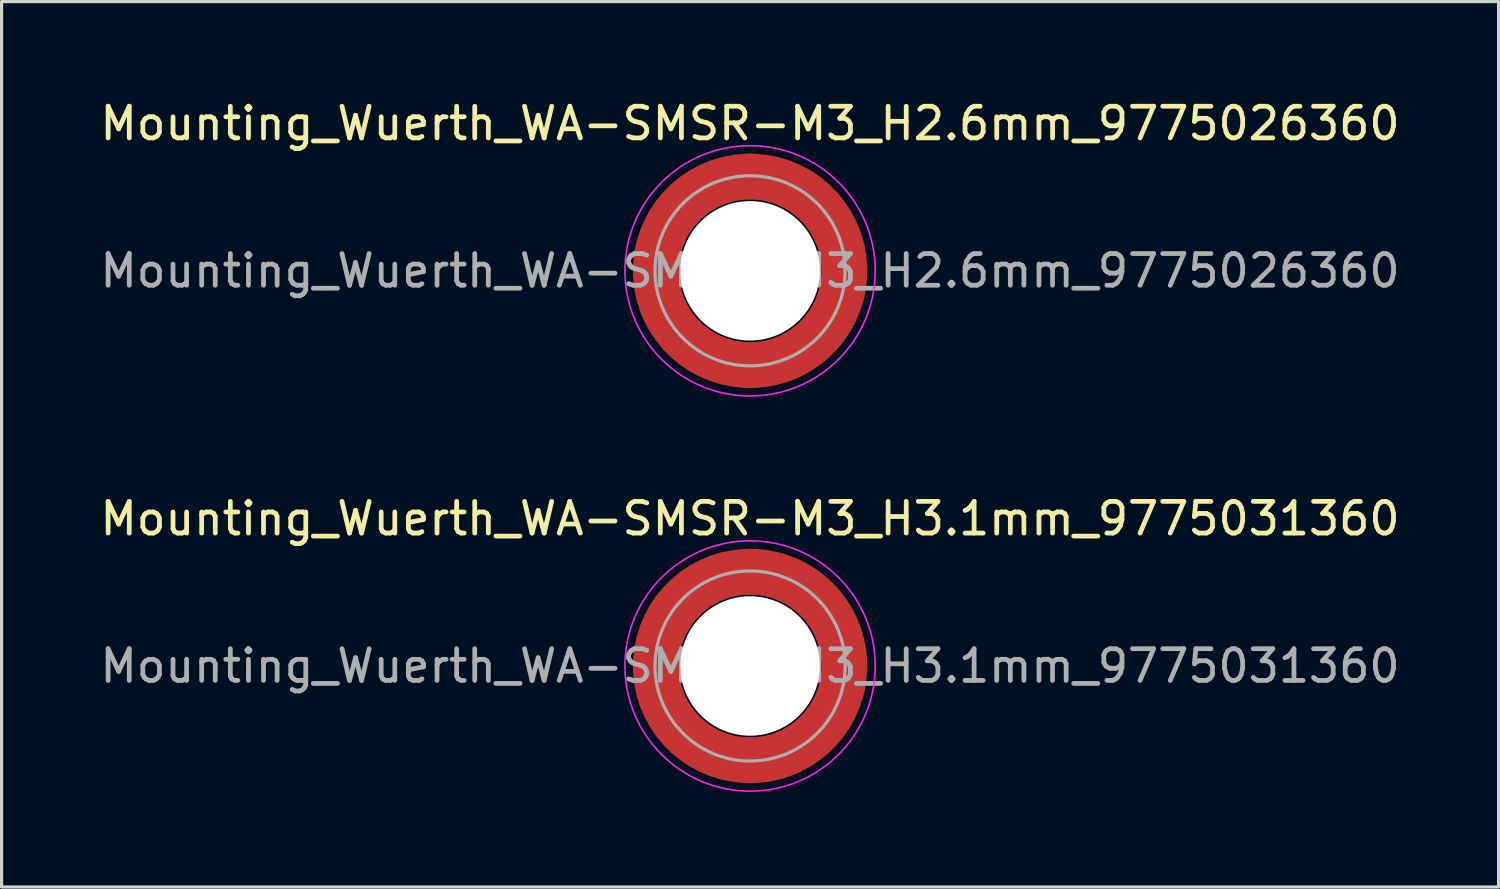
<source format=kicad_pcb>
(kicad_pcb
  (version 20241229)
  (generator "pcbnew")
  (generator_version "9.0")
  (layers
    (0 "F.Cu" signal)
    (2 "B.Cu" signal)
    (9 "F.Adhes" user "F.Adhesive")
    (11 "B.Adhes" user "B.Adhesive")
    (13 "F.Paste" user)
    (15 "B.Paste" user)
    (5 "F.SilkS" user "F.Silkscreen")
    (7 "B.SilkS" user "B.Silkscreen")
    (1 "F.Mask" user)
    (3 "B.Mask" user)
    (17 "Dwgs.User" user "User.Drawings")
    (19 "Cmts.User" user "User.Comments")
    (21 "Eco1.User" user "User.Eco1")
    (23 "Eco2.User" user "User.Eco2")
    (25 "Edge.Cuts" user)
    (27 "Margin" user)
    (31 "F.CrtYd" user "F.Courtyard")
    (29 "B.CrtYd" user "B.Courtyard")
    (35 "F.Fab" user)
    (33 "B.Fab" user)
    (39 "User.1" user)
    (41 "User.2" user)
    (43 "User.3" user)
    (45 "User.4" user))
  (footprint "Mounting_Wuerth_WA-SMSR-M3_H2.6mm_9775026360"
    (layer "F.Cu")
    (at 20.625 5.498)
    (property "Reference" "Mounting_Wuerth_WA-SMSR-M3_H2.6mm_9775026360" (at 0 -4.65 0) (layer "F.SilkS") (effects (font (size 1 1) (thickness 0.15))))
    (attr smd)
    (fp_circle (center 0 0) (end 3.95 0) (stroke (width 0.05) (type solid)) (fill no) (layer "F.CrtYd"))
    (fp_circle (center 0 0) (end 3 0) (stroke (width 0.1) (type solid)) (fill no) (layer "F.Fab"))
    (fp_text user "${REFERENCE}" (at 0 0 0) (layer "F.Fab") (effects (font (size 1 1) (thickness 0.15))))
    (pad "" smd custom (at -2.095 -2.095) (size 1.345 1.345) (layers "F.Paste") (options (anchor circle)) (primitives (gr_arc (start -0.24231 1.594804) (mid 0.404819 0.404819) (end 1.594804 -0.24231) (width 0.2)) (gr_arc (start -0.3398 1.594804) (mid 0.337349 0.337349) (end 1.594804 -0.3398) (width 0.2)) (gr_arc (start -0.437132 1.594804) (mid 0.269879 0.269879) (end 1.594804 -0.437132) (width 0.2)) (gr_arc (start -0.534324 1.594804) (mid 0.202409 0.202409) (end 1.594804 -0.534324) (width 0.2)) (gr_arc (start -0.631391 1.594804) (mid 0.134939 0.134939) (end 1.594804 -0.631391) (width 0.2)) (gr_arc (start -0.728345 1.594804) (mid 0.06747 0.06747) (end 1.594804 -0.728345) (width 0.2)) (gr_arc (start -0.825197 1.594804) (mid 0 0) (end 1.594804 -0.825197) (width 0.2)) (gr_arc (start -0.921958 1.594804) (mid -0.067469 -0.067469) (end 1.594804 -0.921958) (width 0.2)) (gr_arc (start -1.018637 1.594804) (mid -0.13494 -0.13494) (end 1.594804 -1.018637) (width 0.2)) (gr_arc (start -1.115239 1.594804) (mid -0.202409 -0.202409) (end 1.594804 -1.115239) (width 0.2)) (gr_arc (start -1.211773 1.594804) (mid -0.269879 -0.269879) (end 1.594804 -1.211773) (width 0.2)) (gr_arc (start -1.308244 1.594804) (mid -0.337349 -0.337349) (end 1.594804 -1.308244) (width 0.2)) (gr_arc (start -1.404657 1.594804) (mid -0.404819 -0.404819) (end 1.594804 -1.404657) (width 0.2)) (gr_arc (start -1.404657 1.594804) (mid -0.404819 -0.404819) (end 1.594804 -1.404657) (width 0.2)) (gr_line (start 1.595 -0.242) (end 1.595 -1.405) (width 0.2)) (gr_line (start -0.242 1.595) (end -1.405 1.595) (width 0.2))))
    (pad "" smd custom (at -2.095 2.095) (size 1.345 1.345) (layers "F.Paste") (options (anchor circle)) (primitives (gr_arc (start 1.594804 0.24231) (mid 0.404819 -0.404819) (end -0.24231 -1.594804) (width 0.2)) (gr_arc (start 1.594804 0.3398) (mid 0.337349 -0.337349) (end -0.3398 -1.594804) (width 0.2)) (gr_arc (start 1.594804 0.437132) (mid 0.269879 -0.269879) (end -0.437132 -1.594804) (width 0.2)) (gr_arc (start 1.594804 0.534324) (mid 0.202409 -0.202409) (end -0.534324 -1.594804) (width 0.2)) (gr_arc (start 1.594804 0.631391) (mid 0.134939 -0.134939) (end -0.631391 -1.594804) (width 0.2)) (gr_arc (start 1.594804 0.728345) (mid 0.06747 -0.06747) (end -0.728345 -1.594804) (width 0.2)) (gr_arc (start 1.594804 0.825197) (mid 0 0) (end -0.825197 -1.594804) (width 0.2)) (gr_arc (start 1.594804 0.921958) (mid -0.067469 0.067469) (end -0.921958 -1.594804) (width 0.2)) (gr_arc (start 1.594804 1.018637) (mid -0.13494 0.13494) (end -1.018637 -1.594804) (width 0.2)) (gr_arc (start 1.594804 1.115239) (mid -0.202409 0.202409) (end -1.115239 -1.594804) (width 0.2)) (gr_arc (start 1.594804 1.211773) (mid -0.269879 0.269879) (end -1.211773 -1.594804) (width 0.2)) (gr_arc (start 1.594804 1.308244) (mid -0.337349 0.337349) (end -1.308244 -1.594804) (width 0.2)) (gr_arc (start 1.594804 1.404657) (mid -0.404819 0.404819) (end -1.404657 -1.594804) (width 0.2)) (gr_arc (start 1.594804 1.404657) (mid -0.404819 0.404819) (end -1.404657 -1.594804) (width 0.2)) (gr_line (start -0.242 -1.595) (end -1.405 -1.595) (width 0.2)) (gr_line (start 1.595 0.242) (end 1.595 1.405) (width 0.2))))
    (pad "" np_thru_hole circle (at 0 0) (size 4.4 4.4) (drill 4.4) (layers "*.Cu" "*.Mask"))
    (pad "" smd custom (at 2.095 -2.095) (size 1.345 1.345) (layers "F.Paste") (options (anchor circle)) (primitives (gr_arc (start -1.594804 -0.24231) (mid -0.404819 0.404819) (end 0.24231 1.594804) (width 0.2)) (gr_arc (start -1.594804 -0.3398) (mid -0.337349 0.337349) (end 0.3398 1.594804) (width 0.2)) (gr_arc (start -1.594804 -0.437132) (mid -0.269879 0.269879) (end 0.437132 1.594804) (width 0.2)) (gr_arc (start -1.594804 -0.534324) (mid -0.202409 0.202409) (end 0.534324 1.594804) (width 0.2)) (gr_arc (start -1.594804 -0.631391) (mid -0.134939 0.134939) (end 0.631391 1.594804) (width 0.2)) (gr_arc (start -1.594804 -0.728345) (mid -0.06747 0.06747) (end 0.728345 1.594804) (width 0.2)) (gr_arc (start -1.594804 -0.825197) (mid 0 0) (end 0.825197 1.594804) (width 0.2)) (gr_arc (start -1.594804 -0.921958) (mid 0.067469 -0.067469) (end 0.921958 1.594804) (width 0.2)) (gr_arc (start -1.594804 -1.018637) (mid 0.13494 -0.13494) (end 1.018637 1.594804) (width 0.2)) (gr_arc (start -1.594804 -1.115239) (mid 0.202409 -0.202409) (end 1.115239 1.594804) (width 0.2)) (gr_arc (start -1.594804 -1.211773) (mid 0.269879 -0.269879) (end 1.211773 1.594804) (width 0.2)) (gr_arc (start -1.594804 -1.308244) (mid 0.337349 -0.337349) (end 1.308244 1.594804) (width 0.2)) (gr_arc (start -1.594804 -1.404657) (mid 0.404819 -0.404819) (end 1.404657 1.594804) (width 0.2)) (gr_arc (start -1.594804 -1.404657) (mid 0.404819 -0.404819) (end 1.404657 1.594804) (width 0.2)) (gr_line (start 0.242 1.595) (end 1.405 1.595) (width 0.2)) (gr_line (start -1.595 -0.242) (end -1.595 -1.405) (width 0.2))))
    (pad "" smd custom (at 2.095 2.095) (size 1.345 1.345) (layers "F.Paste") (options (anchor circle)) (primitives (gr_arc (start 0.24231 -1.594804) (mid -0.404819 -0.404819) (end -1.594804 0.24231) (width 0.2)) (gr_arc (start 0.3398 -1.594804) (mid -0.337349 -0.337349) (end -1.594804 0.3398) (width 0.2)) (gr_arc (start 0.437132 -1.594804) (mid -0.269879 -0.269879) (end -1.594804 0.437132) (width 0.2)) (gr_arc (start 0.534324 -1.594804) (mid -0.202409 -0.202409) (end -1.594804 0.534324) (width 0.2)) (gr_arc (start 0.631391 -1.594804) (mid -0.134939 -0.134939) (end -1.594804 0.631391) (width 0.2)) (gr_arc (start 0.728345 -1.594804) (mid -0.06747 -0.06747) (end -1.594804 0.728345) (width 0.2)) (gr_arc (start 0.825197 -1.594804) (mid 0 0) (end -1.594804 0.825197) (width 0.2)) (gr_arc (start 0.921958 -1.594804) (mid 0.067469 0.067469) (end -1.594804 0.921958) (width 0.2)) (gr_arc (start 1.018637 -1.594804) (mid 0.13494 0.13494) (end -1.594804 1.018637) (width 0.2)) (gr_arc (start 1.115239 -1.594804) (mid 0.202409 0.202409) (end -1.594804 1.115239) (width 0.2)) (gr_arc (start 1.211773 -1.594804) (mid 0.269879 0.269879) (end -1.594804 1.211773) (width 0.2)) (gr_arc (start 1.308244 -1.594804) (mid 0.337349 0.337349) (end -1.594804 1.308244) (width 0.2)) (gr_arc (start 1.404657 -1.594804) (mid 0.404819 0.404819) (end -1.594804 1.404657) (width 0.2)) (gr_arc (start 1.404657 -1.594804) (mid 0.404819 0.404819) (end -1.594804 1.404657) (width 0.2)) (gr_line (start -1.595 0.242) (end -1.595 1.405) (width 0.2)) (gr_line (start 0.242 -1.595) (end 1.405 -1.595) (width 0.2))))
    (pad "1" smd circle (at -2.975 0) (size 1.45 1.45) (layers "F.Cu"))
    (pad "1" smd circle (at 0 -2.975) (size 1.45 1.45) (layers "F.Cu"))
    (pad "1" smd circle (at 0 2.975) (size 1.45 1.45) (layers "F.Cu"))
    (pad "1" smd custom (at 2.975 0) (size 1.45 1.45) (layers "F.Cu" "F.Mask") (options (anchor circle)) (primitives (gr_circle (center -2.975 0) (end 0 0) (width 1.45) (fill no)))))
  (footprint "Mounting_Wuerth_WA-SMSR-M3_H3.1mm_9775031360"
    (layer "F.Cu")
    (at 20.625 17.971)
    (property "Reference" "Mounting_Wuerth_WA-SMSR-M3_H3.1mm_9775031360" (at 0 -4.65 0) (layer "F.SilkS") (effects (font (size 1 1) (thickness 0.15))))
    (attr smd)
    (fp_circle (center 0 0) (end 3.95 0) (stroke (width 0.05) (type solid)) (fill no) (layer "F.CrtYd"))
    (fp_circle (center 0 0) (end 3 0) (stroke (width 0.1) (type solid)) (fill no) (layer "F.Fab"))
    (fp_text user "${REFERENCE}" (at 0 0 0) (layer "F.Fab") (effects (font (size 1 1) (thickness 0.15))))
    (pad "" smd custom (at -2.095 -2.095) (size 1.345 1.345) (layers "F.Paste") (options (anchor circle)) (primitives (gr_arc (start -0.426133 1.358554) (mid 0.237765 0.237765) (end 1.358554 -0.426133) (width 0.6725)) (gr_arc (start -0.774751 1.358554) (mid 0 0) (end 1.358554 -0.774751) (width 0.6725)) (gr_arc (start -1.120735 1.358554) (mid -0.237765 -0.237765) (end 1.358554 -1.120735) (width 0.6725)) (gr_arc (start -1.120735 1.358554) (mid -0.237765 -0.237765) (end 1.358554 -1.120735) (width 0.6725)) (gr_line (start 1.359 -0.426) (end 1.359 -1.121) (width 0.672)) (gr_line (start -0.426 1.359) (end -1.121 1.359) (width 0.672))))
    (pad "" smd custom (at -2.095 2.095) (size 1.345 1.345) (layers "F.Paste") (options (anchor circle)) (primitives (gr_arc (start 1.358554 0.426133) (mid 0.237765 -0.237765) (end -0.426133 -1.358554) (width 0.6725)) (gr_arc (start 1.358554 0.774751) (mid 0 0) (end -0.774751 -1.358554) (width 0.6725)) (gr_arc (start 1.358554 1.120735) (mid -0.237765 0.237765) (end -1.120735 -1.358554) (width 0.6725)) (gr_arc (start 1.358554 1.120735) (mid -0.237765 0.237765) (end -1.120735 -1.358554) (width 0.6725)) (gr_line (start -0.426 -1.359) (end -1.121 -1.359) (width 0.672)) (gr_line (start 1.359 0.426) (end 1.359 1.121) (width 0.672))))
    (pad "" np_thru_hole circle (at 0 0) (size 4.4 4.4) (drill 4.4) (layers "*.Cu" "*.Mask"))
    (pad "" smd custom (at 2.095 -2.095) (size 1.345 1.345) (layers "F.Paste") (options (anchor circle)) (primitives (gr_arc (start -1.358554 -0.426133) (mid -0.237765 0.237765) (end 0.426133 1.358554) (width 0.6725)) (gr_arc (start -1.358554 -0.774751) (mid 0 0) (end 0.774751 1.358554) (width 0.6725)) (gr_arc (start -1.358554 -1.120735) (mid 0.237765 -0.237765) (end 1.120735 1.358554) (width 0.6725)) (gr_arc (start -1.358554 -1.120735) (mid 0.237765 -0.237765) (end 1.120735 1.358554) (width 0.6725)) (gr_line (start 0.426 1.359) (end 1.121 1.359) (width 0.672)) (gr_line (start -1.359 -0.426) (end -1.359 -1.121) (width 0.672))))
    (pad "" smd custom (at 2.095 2.095) (size 1.345 1.345) (layers "F.Paste") (options (anchor circle)) (primitives (gr_arc (start 0.426133 -1.358554) (mid -0.237765 -0.237765) (end -1.358554 0.426133) (width 0.6725)) (gr_arc (start 0.774751 -1.358554) (mid 0 0) (end -1.358554 0.774751) (width 0.6725)) (gr_arc (start 1.120735 -1.358554) (mid 0.237765 0.237765) (end -1.358554 1.120735) (width 0.6725)) (gr_arc (start 1.120735 -1.358554) (mid 0.237765 0.237765) (end -1.358554 1.120735) (width 0.6725)) (gr_line (start -1.359 0.426) (end -1.359 1.121) (width 0.672)) (gr_line (start 0.426 -1.359) (end 1.121 -1.359) (width 0.672))))
    (pad "1" smd circle (at -2.975 0) (size 1.45 1.45) (layers "F.Cu"))
    (pad "1" smd circle (at 0 -2.975) (size 1.45 1.45) (layers "F.Cu"))
    (pad "1" smd circle (at 0 2.975) (size 1.45 1.45) (layers "F.Cu"))
    (pad "1" smd custom (at 2.975 0) (size 1.45 1.45) (layers "F.Cu" "F.Mask") (options (anchor circle)) (primitives (gr_circle (center -2.975 0) (end 0 0) (width 1.45) (fill no)))))
  (gr_rect
    (start -3 -3)
    (end 44.25 24.947)
    (stroke (width 0.1) (type default))
    (fill no)
    (layer "Edge.Cuts")))
</source>
